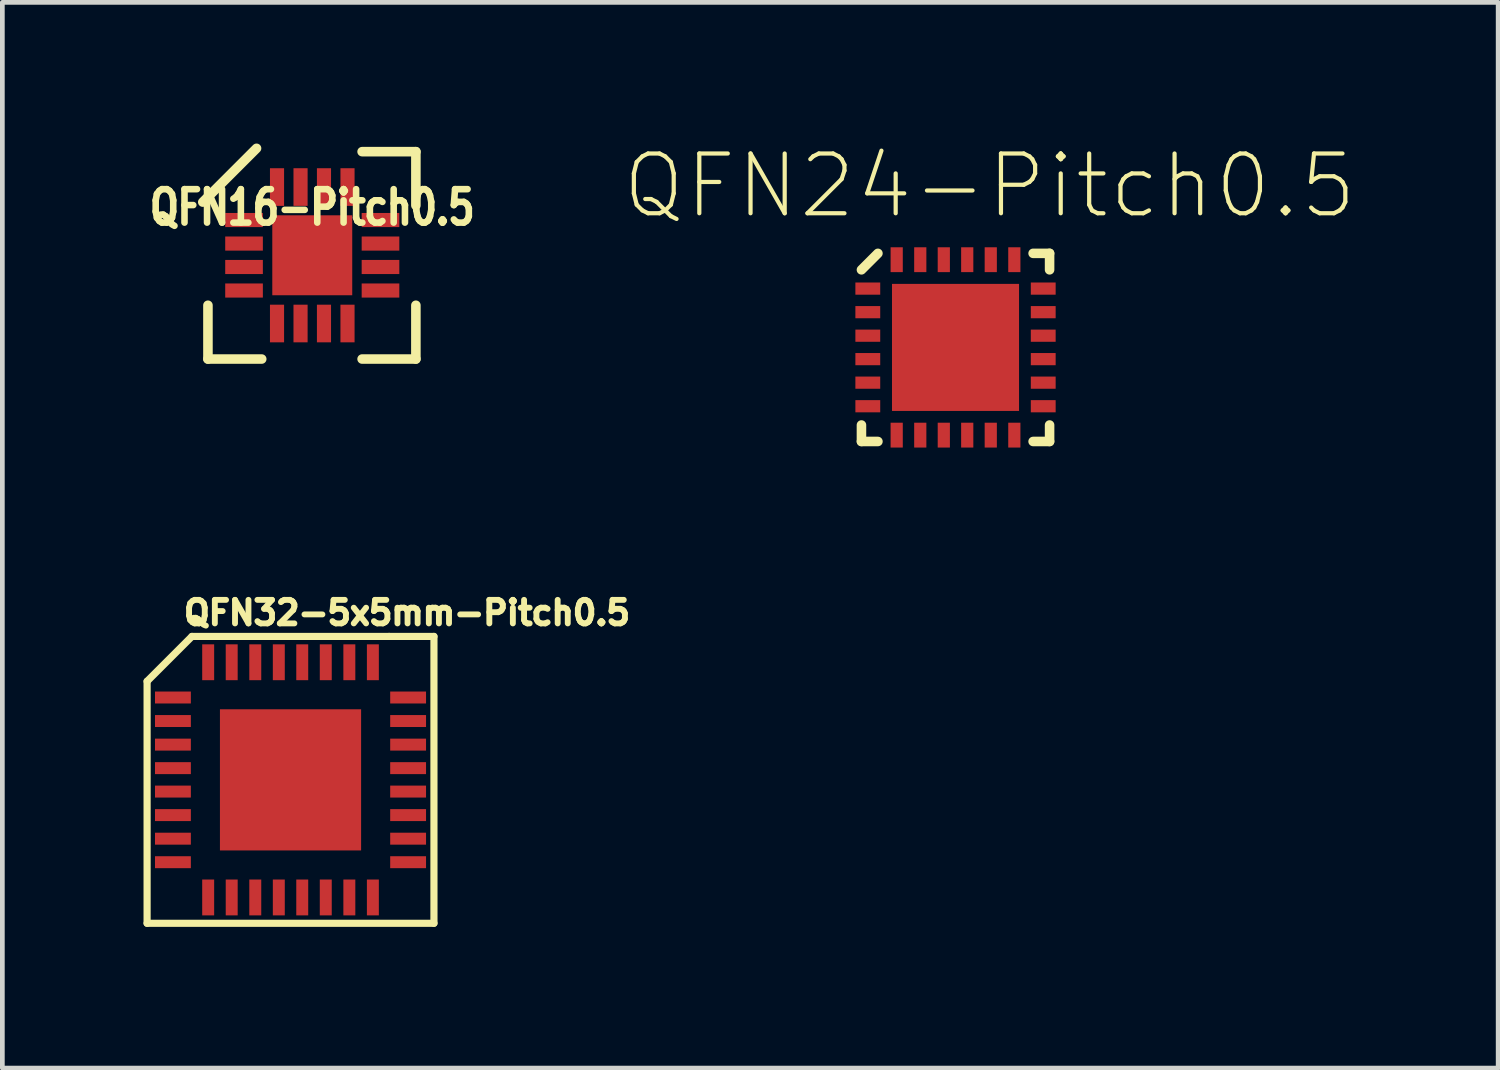
<source format=kicad_pcb>
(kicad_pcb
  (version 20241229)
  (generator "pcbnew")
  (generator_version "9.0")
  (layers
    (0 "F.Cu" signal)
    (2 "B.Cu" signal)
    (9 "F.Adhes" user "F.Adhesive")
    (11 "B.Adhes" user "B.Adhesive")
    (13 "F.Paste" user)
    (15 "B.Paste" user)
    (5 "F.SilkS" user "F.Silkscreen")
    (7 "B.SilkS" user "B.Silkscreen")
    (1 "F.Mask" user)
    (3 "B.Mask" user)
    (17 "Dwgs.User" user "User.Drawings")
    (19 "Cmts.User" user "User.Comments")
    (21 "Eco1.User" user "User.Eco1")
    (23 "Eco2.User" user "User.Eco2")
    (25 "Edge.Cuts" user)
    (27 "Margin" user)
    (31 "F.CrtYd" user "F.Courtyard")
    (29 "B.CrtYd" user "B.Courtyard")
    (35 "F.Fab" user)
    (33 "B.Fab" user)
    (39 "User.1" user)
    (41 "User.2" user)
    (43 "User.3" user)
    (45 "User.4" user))
  (footprint "QFN16-Pitch0.5"
    (layer "F.Cu")
    (at 3.586 2.375)
    (property "Reference" "QFN16-Pitch0.5" (at 0 -1.016 0) (layer "F.SilkS") (effects (font (size 0.711 0.559) (thickness 0.14))))
    (attr smd)
    (fp_line (start -2.217 1.062) (end -2.217 2.205) (stroke (width 0.203) (type solid)) (layer "F.SilkS"))
    (fp_line (start -2.217 2.205) (end -1.074 2.205) (stroke (width 0.203) (type solid)) (layer "F.SilkS"))
    (fp_line (start -1.184 -2.273) (end -2.327 -1.13) (stroke (width 0.203) (type solid)) (layer "F.SilkS"))
    (fp_line (start 1.059 2.205) (end 2.202 2.205) (stroke (width 0.203) (type solid)) (layer "F.SilkS"))
    (fp_line (start 2.202 -2.202) (end 1.059 -2.202) (stroke (width 0.203) (type solid)) (layer "F.SilkS"))
    (fp_line (start 2.202 -2.202) (end 2.202 -1.059) (stroke (width 0.203) (type solid)) (layer "F.SilkS"))
    (fp_line (start 2.202 2.205) (end 2.202 1.062) (stroke (width 0.203) (type solid)) (layer "F.SilkS"))
    (pad "1" smd rect (at -1.45 -0.749 90) (size 0.3 0.8) (layers "F.Cu" "F.Mask" "F.Paste"))
    (pad "2" smd rect (at -1.45 -0.249 90) (size 0.3 0.8) (layers "F.Cu" "F.Mask" "F.Paste"))
    (pad "3" smd rect (at -1.45 0.249 90) (size 0.3 0.8) (layers "F.Cu" "F.Mask" "F.Paste"))
    (pad "4" smd rect (at -1.45 0.749 90) (size 0.3 0.8) (layers "F.Cu" "F.Mask" "F.Paste"))
    (pad "5" smd rect (at -0.749 1.45) (size 0.3 0.8) (layers "F.Cu" "F.Mask" "F.Paste"))
    (pad "6" smd rect (at -0.249 1.45) (size 0.3 0.8) (layers "F.Cu" "F.Mask" "F.Paste"))
    (pad "7" smd rect (at 0.249 1.45) (size 0.3 0.8) (layers "F.Cu" "F.Mask" "F.Paste"))
    (pad "8" smd rect (at 0.749 1.45) (size 0.3 0.8) (layers "F.Cu" "F.Mask" "F.Paste"))
    (pad "9" smd rect (at 1.45 0.749 270) (size 0.3 0.8) (layers "F.Cu" "F.Mask" "F.Paste"))
    (pad "10" smd rect (at 1.45 0.249 270) (size 0.3 0.8) (layers "F.Cu" "F.Mask" "F.Paste"))
    (pad "11" smd rect (at 1.45 -0.249 270) (size 0.3 0.8) (layers "F.Cu" "F.Mask" "F.Paste"))
    (pad "12" smd rect (at 1.45 -0.749 270) (size 0.3 0.8) (layers "F.Cu" "F.Mask" "F.Paste"))
    (pad "13" smd rect (at 0.749 -1.45) (size 0.3 0.8) (layers "F.Cu" "F.Mask" "F.Paste"))
    (pad "14" smd rect (at 0.249 -1.45) (size 0.3 0.8) (layers "F.Cu" "F.Mask" "F.Paste"))
    (pad "15" smd rect (at -0.249 -1.45) (size 0.3 0.8) (layers "F.Cu" "F.Mask" "F.Paste"))
    (pad "16" smd rect (at -0.749 -1.45) (size 0.3 0.8) (layers "F.Cu" "F.Mask" "F.Paste"))
    (pad "17" smd rect (at 0 0) (size 1.699 1.699) (layers "F.Cu" "F.Mask" "F.Paste")))
  (footprint "QFN32-5x5mm-Pitch0.5"
    (layer "F.Cu")
    (at 3.124 13.523)
    (property "Reference" "QFN32-5x5mm-Pitch0.5" (at 2.475 -3.55 0) (layer "F.SilkS") (effects (font (size 0.5 0.5) (thickness 0.125))))
    (attr smd)
    (fp_line (start -3.048 -2.095) (end -2.095 -3.048) (stroke (width 0.152) (type solid)) (layer "F.SilkS"))
    (fp_line (start -3.048 3.048) (end -3.048 -2.095) (stroke (width 0.152) (type solid)) (layer "F.SilkS"))
    (fp_line (start -2.095 -3.048) (end 2.095 -3.048) (stroke (width 0.152) (type solid)) (layer "F.SilkS"))
    (fp_line (start 2.095 -3.048) (end 3.048 -3.048) (stroke (width 0.152) (type solid)) (layer "F.SilkS"))
    (fp_line (start 3.048 -3.048) (end 3.048 3.048) (stroke (width 0.152) (type solid)) (layer "F.SilkS"))
    (fp_line (start 3.048 3.048) (end -3.048 3.048) (stroke (width 0.152) (type solid)) (layer "F.SilkS"))
    (pad "1" smd rect (at -2.499 -1.75 90) (size 0.254 0.762) (layers "F.Cu" "F.Mask" "F.Paste"))
    (pad "2" smd rect (at -2.499 -1.25 90) (size 0.254 0.762) (layers "F.Cu" "F.Mask" "F.Paste"))
    (pad "3" smd rect (at -2.499 -0.749 90) (size 0.254 0.762) (layers "F.Cu" "F.Mask" "F.Paste"))
    (pad "4" smd rect (at -2.499 -0.249 90) (size 0.254 0.762) (layers "F.Cu" "F.Mask" "F.Paste"))
    (pad "5" smd rect (at -2.499 0.249 90) (size 0.254 0.762) (layers "F.Cu" "F.Mask" "F.Paste"))
    (pad "6" smd rect (at -2.499 0.749 90) (size 0.254 0.762) (layers "F.Cu" "F.Mask" "F.Paste"))
    (pad "7" smd rect (at -2.499 1.25 90) (size 0.254 0.762) (layers "F.Cu" "F.Mask" "F.Paste"))
    (pad "8" smd rect (at -2.499 1.75 90) (size 0.254 0.762) (layers "F.Cu" "F.Mask" "F.Paste"))
    (pad "9" smd rect (at -1.75 2.499) (size 0.254 0.762) (layers "F.Cu" "F.Mask" "F.Paste"))
    (pad "10" smd rect (at -1.25 2.499) (size 0.254 0.762) (layers "F.Cu" "F.Mask" "F.Paste"))
    (pad "11" smd rect (at -0.749 2.499) (size 0.254 0.762) (layers "F.Cu" "F.Mask" "F.Paste"))
    (pad "12" smd rect (at -0.249 2.499) (size 0.254 0.762) (layers "F.Cu" "F.Mask" "F.Paste"))
    (pad "13" smd rect (at 0.249 2.499) (size 0.254 0.762) (layers "F.Cu" "F.Mask" "F.Paste"))
    (pad "14" smd rect (at 0.749 2.499) (size 0.254 0.762) (layers "F.Cu" "F.Mask" "F.Paste"))
    (pad "15" smd rect (at 1.25 2.499) (size 0.254 0.762) (layers "F.Cu" "F.Mask" "F.Paste"))
    (pad "16" smd rect (at 1.75 2.499) (size 0.254 0.762) (layers "F.Cu" "F.Mask" "F.Paste"))
    (pad "17" smd rect (at 2.499 1.75 90) (size 0.254 0.762) (layers "F.Cu" "F.Mask" "F.Paste"))
    (pad "18" smd rect (at 2.499 1.25 90) (size 0.254 0.762) (layers "F.Cu" "F.Mask" "F.Paste"))
    (pad "19" smd rect (at 2.499 0.749 90) (size 0.254 0.762) (layers "F.Cu" "F.Mask" "F.Paste"))
    (pad "20" smd rect (at 2.499 0.249 90) (size 0.254 0.762) (layers "F.Cu" "F.Mask" "F.Paste"))
    (pad "21" smd rect (at 2.499 -0.249 90) (size 0.254 0.762) (layers "F.Cu" "F.Mask" "F.Paste"))
    (pad "22" smd rect (at 2.499 -0.749 90) (size 0.254 0.762) (layers "F.Cu" "F.Mask" "F.Paste"))
    (pad "23" smd rect (at 2.499 -1.25 90) (size 0.254 0.762) (layers "F.Cu" "F.Mask" "F.Paste"))
    (pad "24" smd rect (at 2.499 -1.75 90) (size 0.254 0.762) (layers "F.Cu" "F.Mask" "F.Paste"))
    (pad "25" smd rect (at 1.75 -2.499) (size 0.254 0.762) (layers "F.Cu" "F.Mask" "F.Paste"))
    (pad "26" smd rect (at 1.25 -2.499) (size 0.254 0.762) (layers "F.Cu" "F.Mask" "F.Paste"))
    (pad "27" smd rect (at 0.749 -2.499) (size 0.254 0.762) (layers "F.Cu" "F.Mask" "F.Paste"))
    (pad "28" smd rect (at 0.249 -2.499) (size 0.254 0.762) (layers "F.Cu" "F.Mask" "F.Paste"))
    (pad "29" smd rect (at -0.249 -2.499) (size 0.254 0.762) (layers "F.Cu" "F.Mask" "F.Paste"))
    (pad "30" smd rect (at -0.749 -2.499) (size 0.254 0.762) (layers "F.Cu" "F.Mask" "F.Paste"))
    (pad "31" smd rect (at -1.25 -2.499) (size 0.254 0.762) (layers "F.Cu" "F.Mask" "F.Paste"))
    (pad "32" smd rect (at -1.75 -2.499) (size 0.254 0.762) (layers "F.Cu" "F.Mask" "F.Paste"))
    (pad "33" smd rect (at 0 0) (size 3 3) (layers "F.Cu" "F.Mask" "F.Paste")))
  (footprint "QFN24-Pitch0.5"
    (layer "F.Cu")
    (at 17.256 4.333)
    (property "Reference" "QFN24-Pitch0.5" (at 0.724 -3.434 0) (layer "F.SilkS") (effects (font (size 1.27 1.27) (thickness 0.089))))
    (attr smd)
    (fp_line (start -1.999 1.999) (end -1.999 1.649) (stroke (width 0.203) (type solid)) (layer "F.SilkS"))
    (fp_line (start -1.649 -1.999) (end -1.999 -1.649) (stroke (width 0.203) (type solid)) (layer "F.SilkS"))
    (fp_line (start -1.649 1.999) (end -1.999 1.999) (stroke (width 0.203) (type solid)) (layer "F.SilkS"))
    (fp_line (start 1.649 1.999) (end 1.999 1.999) (stroke (width 0.203) (type solid)) (layer "F.SilkS"))
    (fp_line (start 1.999 -1.999) (end 1.649 -1.999) (stroke (width 0.203) (type solid)) (layer "F.SilkS"))
    (fp_line (start 1.999 -1.649) (end 1.999 -1.999) (stroke (width 0.203) (type solid)) (layer "F.SilkS"))
    (fp_line (start 1.999 1.649) (end 1.999 1.999) (stroke (width 0.203) (type solid)) (layer "F.SilkS"))
    (pad "1" smd rect (at -1.864 -1.25) (size 0.528 0.259) (layers "F.Cu" "F.Mask" "F.Paste"))
    (pad "2" smd rect (at -1.864 -0.749) (size 0.528 0.259) (layers "F.Cu" "F.Mask" "F.Paste"))
    (pad "3" smd rect (at -1.864 -0.249) (size 0.528 0.259) (layers "F.Cu" "F.Mask" "F.Paste"))
    (pad "4" smd rect (at -1.864 0.249) (size 0.528 0.259) (layers "F.Cu" "F.Mask" "F.Paste"))
    (pad "5" smd rect (at -1.864 0.749) (size 0.528 0.259) (layers "F.Cu" "F.Mask" "F.Paste"))
    (pad "6" smd rect (at -1.864 1.25) (size 0.528 0.259) (layers "F.Cu" "F.Mask" "F.Paste"))
    (pad "7" smd rect (at -1.25 1.864 90) (size 0.528 0.259) (layers "F.Cu" "F.Mask" "F.Paste"))
    (pad "8" smd rect (at -0.749 1.864 90) (size 0.528 0.259) (layers "F.Cu" "F.Mask" "F.Paste"))
    (pad "9" smd rect (at -0.249 1.864 90) (size 0.528 0.259) (layers "F.Cu" "F.Mask" "F.Paste"))
    (pad "10" smd rect (at 0.249 1.864 90) (size 0.528 0.259) (layers "F.Cu" "F.Mask" "F.Paste"))
    (pad "11" smd rect (at 0.749 1.864 90) (size 0.528 0.259) (layers "F.Cu" "F.Mask" "F.Paste"))
    (pad "12" smd rect (at 1.25 1.864 90) (size 0.528 0.259) (layers "F.Cu" "F.Mask" "F.Paste"))
    (pad "13" smd rect (at 1.864 1.25) (size 0.528 0.259) (layers "F.Cu" "F.Mask" "F.Paste"))
    (pad "14" smd rect (at 1.864 0.749) (size 0.528 0.259) (layers "F.Cu" "F.Mask" "F.Paste"))
    (pad "15" smd rect (at 1.864 0.249) (size 0.528 0.259) (layers "F.Cu" "F.Mask" "F.Paste"))
    (pad "16" smd rect (at 1.864 -0.249) (size 0.528 0.259) (layers "F.Cu" "F.Mask" "F.Paste"))
    (pad "17" smd rect (at 1.864 -0.749) (size 0.528 0.259) (layers "F.Cu" "F.Mask" "F.Paste"))
    (pad "18" smd rect (at 1.864 -1.25) (size 0.528 0.259) (layers "F.Cu" "F.Mask" "F.Paste"))
    (pad "19" smd rect (at 1.25 -1.864 90) (size 0.528 0.259) (layers "F.Cu" "F.Mask" "F.Paste"))
    (pad "20" smd rect (at 0.749 -1.864 90) (size 0.528 0.259) (layers "F.Cu" "F.Mask" "F.Paste"))
    (pad "21" smd rect (at 0.249 -1.864 90) (size 0.528 0.259) (layers "F.Cu" "F.Mask" "F.Paste"))
    (pad "22" smd rect (at -0.249 -1.864 90) (size 0.528 0.259) (layers "F.Cu" "F.Mask" "F.Paste"))
    (pad "23" smd rect (at -0.749 -1.864 90) (size 0.528 0.259) (layers "F.Cu" "F.Mask" "F.Paste"))
    (pad "24" smd rect (at -1.25 -1.864 90) (size 0.528 0.259) (layers "F.Cu" "F.Mask" "F.Paste"))
    (pad "25" smd rect (at 0 0) (size 2.7 2.7) (layers "F.Cu" "F.Mask" "F.Paste" "Eco1.User")))
  (gr_rect
    (start -3 -3)
    (end 28.788 19.648)
    (stroke (width 0.1) (type default))
    (fill no)
    (layer "Edge.Cuts")))
</source>
